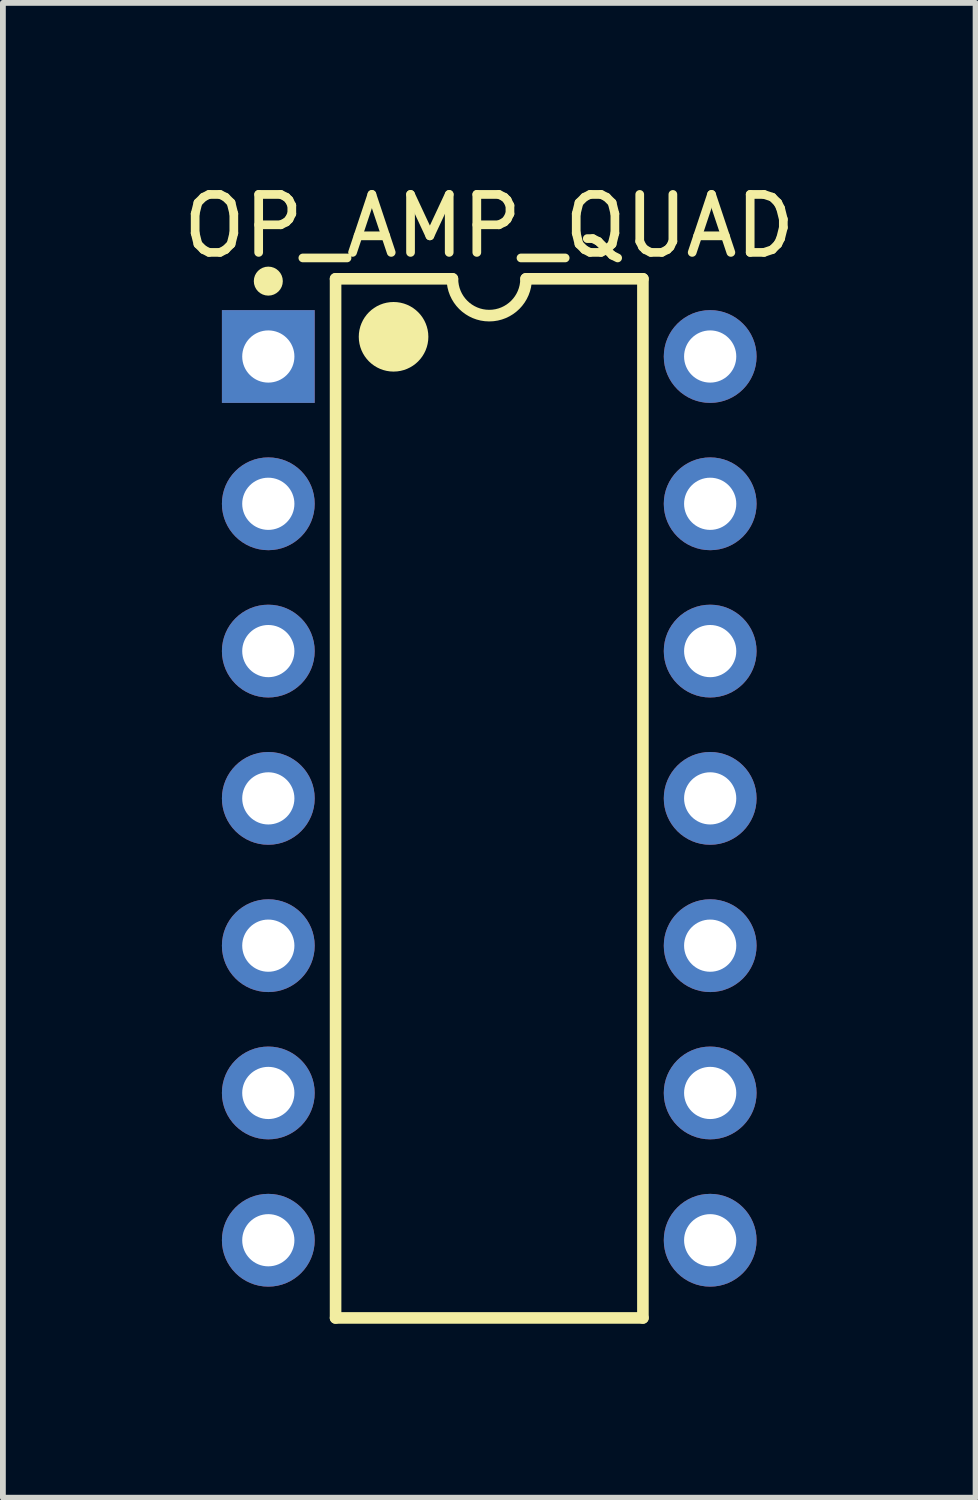
<source format=kicad_pcb>
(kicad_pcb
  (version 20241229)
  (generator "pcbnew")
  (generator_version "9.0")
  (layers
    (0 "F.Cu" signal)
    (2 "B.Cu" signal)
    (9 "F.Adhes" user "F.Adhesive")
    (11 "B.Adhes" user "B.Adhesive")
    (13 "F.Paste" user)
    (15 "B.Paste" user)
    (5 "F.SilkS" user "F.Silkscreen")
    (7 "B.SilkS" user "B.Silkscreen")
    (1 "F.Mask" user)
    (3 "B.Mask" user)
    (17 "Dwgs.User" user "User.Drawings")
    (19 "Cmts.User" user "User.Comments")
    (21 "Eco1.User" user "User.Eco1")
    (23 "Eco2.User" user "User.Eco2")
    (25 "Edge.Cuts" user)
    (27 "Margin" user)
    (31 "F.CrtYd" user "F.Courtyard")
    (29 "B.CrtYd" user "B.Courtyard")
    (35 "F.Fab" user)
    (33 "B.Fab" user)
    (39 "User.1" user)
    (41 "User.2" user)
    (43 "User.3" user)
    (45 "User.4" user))
  (footprint "OP_AMP_QUAD"
    (layer "F.Cu")
    (at 5.387 10.718)
    (property "Reference" "OP_AMP_QUAD" (at 0 -9.87 0) (layer "F.SilkS") (effects (font (size 1 1) (thickness 0.15))))
    (fp_line (start -2.65 -8.96) (end -0.635 -8.96) (stroke (width 0.2) (type solid)) (layer "F.SilkS"))
    (fp_line (start -2.65 8.96) (end -2.65 -8.96) (stroke (width 0.2) (type solid)) (layer "F.SilkS"))
    (fp_line (start -2.65 8.96) (end 2.65 8.96) (stroke (width 0.2) (type solid)) (layer "F.SilkS"))
    (fp_line (start 0.635 -8.96) (end 2.65 -8.96) (stroke (width 0.2) (type solid)) (layer "F.SilkS"))
    (fp_line (start 2.65 8.96) (end 2.65 -8.96) (stroke (width 0.2) (type solid)) (layer "F.SilkS"))
    (fp_arc (start 0.635 -8.96) (mid 0 -8.325) (end -0.635 -8.96) (stroke (width 0.2) (type solid)) (layer "F.SilkS"))
    (fp_circle (center -3.81 -8.92) (end -3.81 -9.045) (stroke (width 0.25) (type solid)) (fill no) (layer "F.SilkS"))
    (fp_circle (center -1.65 -7.96) (end -1.65 -8.26) (stroke (width 0.6) (type solid)) (fill no) (layer "F.SilkS"))
    (pad "1" thru_hole rect (at -3.81 -7.62) (size 1.6 1.6) (drill 0.9) (layers "*.Cu" "*.Mask"))
    (pad "2" thru_hole circle (at -3.81 -5.08) (size 1.6 1.6) (drill 0.9) (layers "*.Cu" "*.Mask"))
    (pad "3" thru_hole circle (at -3.81 -2.54) (size 1.6 1.6) (drill 0.9) (layers "*.Cu" "*.Mask"))
    (pad "4" thru_hole circle (at -3.81 0) (size 1.6 1.6) (drill 0.9) (layers "*.Cu" "*.Mask"))
    (pad "5" thru_hole circle (at -3.81 2.54) (size 1.6 1.6) (drill 0.9) (layers "*.Cu" "*.Mask"))
    (pad "6" thru_hole circle (at -3.81 5.08) (size 1.6 1.6) (drill 0.9) (layers "*.Cu" "*.Mask"))
    (pad "7" thru_hole circle (at -3.81 7.62) (size 1.6 1.6) (drill 0.9) (layers "*.Cu" "*.Mask"))
    (pad "8" thru_hole circle (at 3.81 7.62) (size 1.6 1.6) (drill 0.9) (layers "*.Cu" "*.Mask"))
    (pad "9" thru_hole circle (at 3.81 5.08) (size 1.6 1.6) (drill 0.9) (layers "*.Cu" "*.Mask"))
    (pad "10" thru_hole circle (at 3.81 2.54) (size 1.6 1.6) (drill 0.9) (layers "*.Cu" "*.Mask"))
    (pad "11" thru_hole circle (at 3.81 0) (size 1.6 1.6) (drill 0.9) (layers "*.Cu" "*.Mask"))
    (pad "12" thru_hole circle (at 3.81 -2.54) (size 1.6 1.6) (drill 0.9) (layers "*.Cu" "*.Mask"))
    (pad "13" thru_hole circle (at 3.81 -5.08) (size 1.6 1.6) (drill 0.9) (layers "*.Cu" "*.Mask"))
    (pad "14" thru_hole circle (at 3.81 -7.62) (size 1.6 1.6) (drill 0.9) (layers "*.Cu" "*.Mask")))
  (gr_rect
    (start -3 -3)
    (end 13.774 22.778)
    (stroke (width 0.1) (type default))
    (fill no)
    (layer "Edge.Cuts")))
</source>
